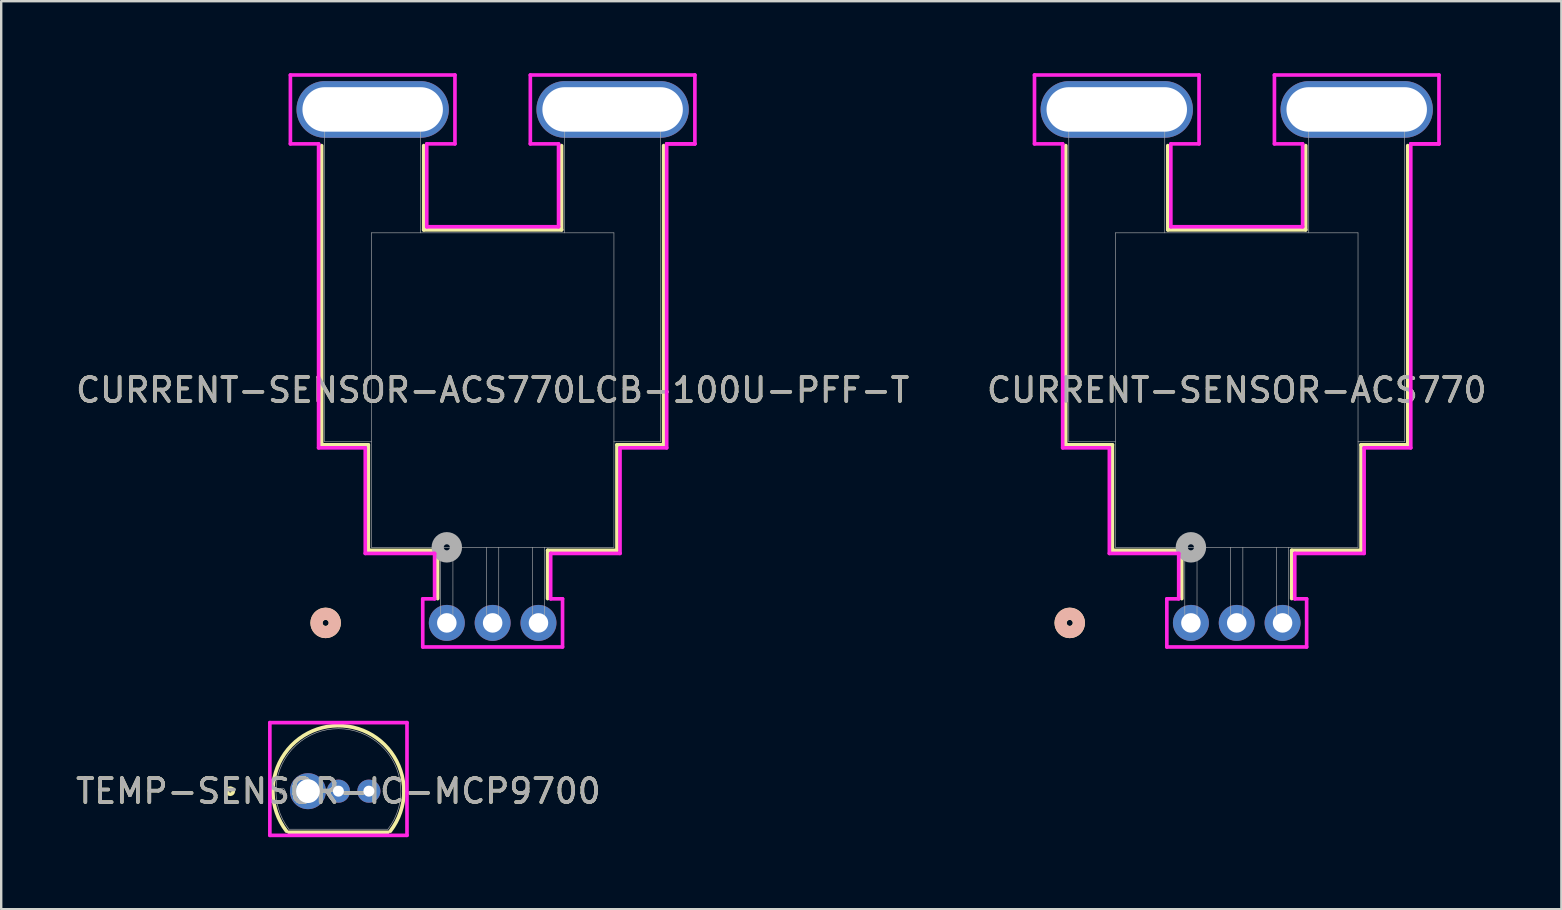
<source format=kicad_pcb>
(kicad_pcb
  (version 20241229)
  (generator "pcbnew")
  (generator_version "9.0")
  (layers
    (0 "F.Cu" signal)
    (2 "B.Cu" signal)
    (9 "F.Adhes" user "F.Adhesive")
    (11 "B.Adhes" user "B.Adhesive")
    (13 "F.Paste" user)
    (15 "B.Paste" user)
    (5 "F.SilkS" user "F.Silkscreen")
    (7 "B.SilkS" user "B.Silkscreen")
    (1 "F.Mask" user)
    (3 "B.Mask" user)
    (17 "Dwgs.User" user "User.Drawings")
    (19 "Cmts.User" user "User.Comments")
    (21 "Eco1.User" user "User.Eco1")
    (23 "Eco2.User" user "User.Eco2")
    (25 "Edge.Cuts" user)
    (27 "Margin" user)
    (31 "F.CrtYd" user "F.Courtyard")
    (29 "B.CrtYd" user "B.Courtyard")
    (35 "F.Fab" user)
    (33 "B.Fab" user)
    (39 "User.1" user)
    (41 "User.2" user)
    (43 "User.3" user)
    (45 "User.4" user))
  (footprint "CURRENT-SENSOR-ACS770LCB-100U-PFF-T"
    (layer "F.Cu")
    (at 15.572 22.911)
    (property "Reference" "CURRENT-SENSOR-ACS770LCB-100U-PFF-T" (at 1.91 -9.703 0) (unlocked yes) (layer "F.SilkS") (effects (font (size 1 1) (thickness 0.15))))
    (attr through_hole)
    (fp_line (start -5.217 -7.423) (end -5.217 -19.892) (stroke (width 0.152) (type solid)) (layer "F.SilkS"))
    (fp_line (start -3.272 -7.423) (end -5.217 -7.423) (stroke (width 0.152) (type solid)) (layer "F.SilkS"))
    (fp_line (start -3.272 -3.023) (end -3.272 -7.423) (stroke (width 0.152) (type solid)) (layer "F.SilkS"))
    (fp_line (start -0.963 -19.892) (end -0.963 -16.383) (stroke (width 0.152) (type solid)) (layer "F.SilkS"))
    (fp_line (start -0.963 -16.383) (end 4.784 -16.383) (stroke (width 0.152) (type solid)) (layer "F.SilkS"))
    (fp_line (start -0.382 -3.023) (end -3.272 -3.023) (stroke (width 0.152) (type solid)) (layer "F.SilkS"))
    (fp_line (start -0.382 -1.012) (end -0.382 -3.023) (stroke (width 0.152) (type solid)) (layer "F.SilkS"))
    (fp_line (start 4.202 -3.023) (end 4.201 -1.013) (stroke (width 0.152) (type solid)) (layer "F.SilkS"))
    (fp_line (start 4.784 -16.383) (end 4.783 -19.892) (stroke (width 0.152) (type solid)) (layer "F.SilkS"))
    (fp_line (start 7.092 -3.023) (end 4.202 -3.023) (stroke (width 0.152) (type solid)) (layer "F.SilkS"))
    (fp_line (start 7.092 -7.423) (end 7.092 -3.023) (stroke (width 0.152) (type solid)) (layer "F.SilkS"))
    (fp_line (start 9.037 -19.892) (end 9.037 -7.423) (stroke (width 0.152) (type solid)) (layer "F.SilkS"))
    (fp_line (start 9.037 -7.423) (end 7.092 -7.423) (stroke (width 0.152) (type solid)) (layer "F.SilkS"))
    (fp_circle (center -5.05 0) (end -4.669 0) (stroke (width 0.508) (type solid)) (fill no) (layer "F.SilkS"))
    (fp_circle (center -5.05 0) (end -4.669 0) (stroke (width 0.508) (type solid)) (fill no) (layer "B.SilkS"))
    (fp_line (start -6.519 -22.835) (end 0.339 -22.835) (stroke (width 0.152) (type solid)) (layer "F.CrtYd"))
    (fp_line (start -6.519 -19.965) (end -6.519 -22.835) (stroke (width 0.152) (type solid)) (layer "F.CrtYd"))
    (fp_line (start -6.519 -19.965) (end -5.344 -19.965) (stroke (width 0.152) (type solid)) (layer "F.CrtYd"))
    (fp_line (start -5.344 -19.965) (end -5.344 -7.296) (stroke (width 0.152) (type solid)) (layer "F.CrtYd"))
    (fp_line (start -5.344 -7.296) (end -3.399 -7.296) (stroke (width 0.152) (type solid)) (layer "F.CrtYd"))
    (fp_line (start -3.399 -7.296) (end -3.399 -2.896) (stroke (width 0.152) (type solid)) (layer "F.CrtYd"))
    (fp_line (start -3.399 -2.896) (end -0.509 -2.896) (stroke (width 0.152) (type solid)) (layer "F.CrtYd"))
    (fp_line (start -1.003 -1.003) (end -1.003 1.003) (stroke (width 0.152) (type solid)) (layer "F.CrtYd"))
    (fp_line (start -1.003 1.003) (end 4.823 1.003) (stroke (width 0.152) (type solid)) (layer "F.CrtYd"))
    (fp_line (start -0.836 -19.965) (end -0.836 -16.51) (stroke (width 0.152) (type solid)) (layer "F.CrtYd"))
    (fp_line (start -0.836 -16.51) (end 4.657 -16.51) (stroke (width 0.152) (type solid)) (layer "F.CrtYd"))
    (fp_line (start -0.509 -2.896) (end -0.509 -1.003) (stroke (width 0.152) (type solid)) (layer "F.CrtYd"))
    (fp_line (start -0.509 -1.003) (end -1.003 -1.003) (stroke (width 0.152) (type solid)) (layer "F.CrtYd"))
    (fp_line (start 0.339 -22.835) (end 0.339 -19.965) (stroke (width 0.152) (type solid)) (layer "F.CrtYd"))
    (fp_line (start 0.339 -19.965) (end -0.836 -19.965) (stroke (width 0.152) (type solid)) (layer "F.CrtYd"))
    (fp_line (start 3.481 -22.835) (end 3.481 -19.965) (stroke (width 0.152) (type solid)) (layer "F.CrtYd"))
    (fp_line (start 3.481 -19.965) (end 4.656 -19.965) (stroke (width 0.152) (type solid)) (layer "F.CrtYd"))
    (fp_line (start 4.328 -1.003) (end 4.329 -2.896) (stroke (width 0.152) (type solid)) (layer "F.CrtYd"))
    (fp_line (start 4.329 -2.896) (end 7.219 -2.896) (stroke (width 0.152) (type solid)) (layer "F.CrtYd"))
    (fp_line (start 4.657 -16.51) (end 4.656 -19.965) (stroke (width 0.152) (type solid)) (layer "F.CrtYd"))
    (fp_line (start 4.823 -1.003) (end 4.328 -1.003) (stroke (width 0.152) (type solid)) (layer "F.CrtYd"))
    (fp_line (start 4.823 1.003) (end 4.823 -1.003) (stroke (width 0.152) (type solid)) (layer "F.CrtYd"))
    (fp_line (start 7.219 -2.896) (end 7.219 -7.296) (stroke (width 0.152) (type solid)) (layer "F.CrtYd"))
    (fp_line (start 7.219 -7.296) (end 9.164 -7.296) (stroke (width 0.152) (type solid)) (layer "F.CrtYd"))
    (fp_line (start 9.164 -19.965) (end 10.339 -19.965) (stroke (width 0.152) (type solid)) (layer "F.CrtYd"))
    (fp_line (start 9.164 -19.965) (end 10.339 -19.965) (stroke (width 0.152) (type solid)) (layer "F.CrtYd"))
    (fp_line (start 9.164 -7.296) (end 9.164 -19.965) (stroke (width 0.152) (type solid)) (layer "F.CrtYd"))
    (fp_line (start 10.339 -22.835) (end 3.481 -22.835) (stroke (width 0.152) (type solid)) (layer "F.CrtYd"))
    (fp_line (start 10.339 -19.965) (end 10.339 -22.835) (stroke (width 0.152) (type solid)) (layer "F.CrtYd"))
    (fp_line (start -5.09 -21.4) (end -5.09 -7.55) (stroke (width 0.025) (type solid)) (layer "F.Fab"))
    (fp_line (start -5.09 -7.55) (end -3.145 -7.55) (stroke (width 0.025) (type solid)) (layer "F.Fab"))
    (fp_line (start -3.145 -16.256) (end -3.145 -3.15) (stroke (width 0.025) (type solid)) (layer "F.Fab"))
    (fp_line (start -3.145 -3.15) (end 6.965 -3.15) (stroke (width 0.025) (type solid)) (layer "F.Fab"))
    (fp_line (start -1.09 -21.4) (end -5.09 -21.4) (stroke (width 0.025) (type solid)) (layer "F.Fab"))
    (fp_line (start -1.09 -16.256) (end -1.09 -21.4) (stroke (width 0.025) (type solid)) (layer "F.Fab"))
    (fp_line (start -0.255 -3.15) (end -0.255 0) (stroke (width 0.025) (type solid)) (layer "F.Fab"))
    (fp_line (start 0.254 0) (end -0.254 0) (stroke (width 0.025) (type solid)) (layer "F.Fab"))
    (fp_line (start 0.255 -3.15) (end 0.254 0) (stroke (width 0.025) (type solid)) (layer "F.Fab"))
    (fp_line (start 1.655 -3.15) (end 1.655 0) (stroke (width 0.025) (type solid)) (layer "F.Fab"))
    (fp_line (start 2.164 0) (end 1.656 0) (stroke (width 0.025) (type solid)) (layer "F.Fab"))
    (fp_line (start 2.165 -3.15) (end 2.164 0) (stroke (width 0.025) (type solid)) (layer "F.Fab"))
    (fp_line (start 3.565 -3.15) (end 3.565 0) (stroke (width 0.025) (type solid)) (layer "F.Fab"))
    (fp_line (start 4.074 0) (end 3.566 0) (stroke (width 0.025) (type solid)) (layer "F.Fab"))
    (fp_line (start 4.075 -3.15) (end 4.074 0) (stroke (width 0.025) (type solid)) (layer "F.Fab"))
    (fp_line (start 4.91 -21.4) (end 4.911 -16.256) (stroke (width 0.025) (type solid)) (layer "F.Fab"))
    (fp_line (start 4.91 -21.4) (end 8.91 -21.4) (stroke (width 0.025) (type solid)) (layer "F.Fab"))
    (fp_line (start 6.965 -16.256) (end -3.145 -16.256) (stroke (width 0.025) (type solid)) (layer "F.Fab"))
    (fp_line (start 6.965 -3.15) (end 6.965 -16.256) (stroke (width 0.025) (type solid)) (layer "F.Fab"))
    (fp_line (start 8.91 -21.4) (end 8.91 -7.55) (stroke (width 0.025) (type solid)) (layer "F.Fab"))
    (fp_line (start 8.91 -7.55) (end 6.965 -7.55) (stroke (width 0.025) (type solid)) (layer "F.Fab"))
    (fp_circle (center 0 -3.15) (end 0.381 -3.15) (stroke (width 0.508) (type solid)) (fill no) (layer "F.Fab"))
    (fp_text user "${REFERENCE}" (at 1.91 -9.703 0) (unlocked yes) (layer "F.Fab") (effects (font (size 1 1) (thickness 0.15))))
    (pad "1" thru_hole circle (at 0 0) (size 1.499 1.499) (drill 0.813) (layers "*.Cu" "*.Mask"))
    (pad "2" thru_hole circle (at 1.91 0) (size 1.499 1.499) (drill 0.813) (layers "*.Cu" "*.Mask"))
    (pad "3" thru_hole circle (at 3.82 0) (size 1.499 1.499) (drill 0.813) (layers "*.Cu" "*.Mask"))
    (pad "4" thru_hole oval (at 6.91 -21.4) (size 6.35 2.362) (drill oval 5.854 1.854) (layers "*.Cu" "*.Mask"))
    (pad "5" thru_hole oval (at -3.09 -21.4) (size 6.35 2.362) (drill oval 5.854 1.854) (layers "*.Cu" "*.Mask")))
  (footprint "TEMP-SENSOR-IC-MCP9700"
    (layer "F.Cu")
    (at 9.784 29.924)
    (property "Reference" "TEMP-SENSOR-IC-MCP9700" (at 1.27 0 0) (unlocked yes) (layer "F.SilkS") (effects (font (size 1 1) (thickness 0.15))))
    (attr through_hole)
    (fp_line (start -0.794 1.714) (end 3.334 1.714) (stroke (width 0.152) (type solid)) (layer "F.SilkS"))
    (fp_arc (start -0.894167 1.664936) (mid 0.39069 -2.585042) (end 4.0005 0) (stroke (width 0.1524) (type solid)) (layer "F.SilkS"))
    (fp_arc (start 4.0005 0.000001) (mid 3.855041 0.879313) (end 3.434164 1.66494) (stroke (width 0.1524) (type solid)) (layer "F.SilkS"))
    (fp_circle (center -3.239 0) (end -3.111 0) (stroke (width 0.152) (type solid)) (fill no) (layer "F.SilkS"))
    (fp_line (start -1.587 -2.857) (end 4.128 -2.857) (stroke (width 0.152) (type solid)) (layer "F.CrtYd"))
    (fp_line (start -1.587 1.841) (end -1.587 -2.857) (stroke (width 0.152) (type solid)) (layer "F.CrtYd"))
    (fp_line (start 4.128 -2.857) (end 4.128 1.841) (stroke (width 0.152) (type solid)) (layer "F.CrtYd"))
    (fp_line (start 4.128 1.841) (end -1.587 1.841) (stroke (width 0.152) (type solid)) (layer "F.CrtYd"))
    (fp_line (start -0.794 1.587) (end 3.334 1.587) (stroke (width 0.025) (type solid)) (layer "F.Fab"))
    (fp_line (start -0.254 0) (end 0.254 0) (stroke (width 0.152) (type solid)) (layer "F.Fab"))
    (fp_line (start 0 0.254) (end 0 -0.254) (stroke (width 0.152) (type solid)) (layer "F.Fab"))
    (fp_arc (start -0.793507 1.587499) (mid 1.270001 -2.6035) (end 3.333506 1.5875) (stroke (width 0.0254) (type solid)) (layer "F.Fab"))
    (fp_circle (center -1.079 0) (end -0.953 0) (stroke (width 0.025) (type solid)) (fill no) (layer "F.Fab"))
    (fp_text user "${REFERENCE}" (at 1.27 0 0) (unlocked yes) (layer "F.Fab") (effects (font (size 1 1) (thickness 0.15))))
    (pad "1" thru_hole circle (at 0 0) (size 1.499 1.499) (drill 0.991) (layers "*.Cu" "*.Mask"))
    (pad "2" thru_hole circle (at 1.27 0) (size 0.965 0.965) (drill 0.457) (layers "*.Cu" "*.Mask"))
    (pad "3" thru_hole circle (at 2.54 0) (size 0.965 0.965) (drill 0.457) (layers "*.Cu" "*.Mask")))
  (footprint "CURRENT-SENSOR-ACS770"
    (layer "F.Cu")
    (at 46.584 22.911)
    (property "Reference" "CURRENT-SENSOR-ACS770" (at 1.91 -9.703 0) (unlocked yes) (layer "F.SilkS") (effects (font (size 1 1) (thickness 0.15))))
    (attr through_hole)
    (fp_line (start -5.217 -7.423) (end -5.217 -19.892) (stroke (width 0.152) (type solid)) (layer "F.SilkS"))
    (fp_line (start -3.272 -7.423) (end -5.217 -7.423) (stroke (width 0.152) (type solid)) (layer "F.SilkS"))
    (fp_line (start -3.272 -3.023) (end -3.272 -7.423) (stroke (width 0.152) (type solid)) (layer "F.SilkS"))
    (fp_line (start -0.963 -19.892) (end -0.963 -16.383) (stroke (width 0.152) (type solid)) (layer "F.SilkS"))
    (fp_line (start -0.963 -16.383) (end 4.784 -16.383) (stroke (width 0.152) (type solid)) (layer "F.SilkS"))
    (fp_line (start -0.382 -3.023) (end -3.272 -3.023) (stroke (width 0.152) (type solid)) (layer "F.SilkS"))
    (fp_line (start -0.382 -1.012) (end -0.382 -3.023) (stroke (width 0.152) (type solid)) (layer "F.SilkS"))
    (fp_line (start 4.202 -3.023) (end 4.201 -1.013) (stroke (width 0.152) (type solid)) (layer "F.SilkS"))
    (fp_line (start 4.784 -16.383) (end 4.783 -19.892) (stroke (width 0.152) (type solid)) (layer "F.SilkS"))
    (fp_line (start 7.092 -3.023) (end 4.202 -3.023) (stroke (width 0.152) (type solid)) (layer "F.SilkS"))
    (fp_line (start 7.092 -7.423) (end 7.092 -3.023) (stroke (width 0.152) (type solid)) (layer "F.SilkS"))
    (fp_line (start 9.037 -19.892) (end 9.037 -7.423) (stroke (width 0.152) (type solid)) (layer "F.SilkS"))
    (fp_line (start 9.037 -7.423) (end 7.092 -7.423) (stroke (width 0.152) (type solid)) (layer "F.SilkS"))
    (fp_circle (center -5.05 0) (end -4.669 0) (stroke (width 0.508) (type solid)) (fill no) (layer "F.SilkS"))
    (fp_circle (center -5.05 0) (end -4.669 0) (stroke (width 0.508) (type solid)) (fill no) (layer "B.SilkS"))
    (fp_line (start -6.519 -22.835) (end 0.339 -22.835) (stroke (width 0.152) (type solid)) (layer "F.CrtYd"))
    (fp_line (start -6.519 -19.965) (end -6.519 -22.835) (stroke (width 0.152) (type solid)) (layer "F.CrtYd"))
    (fp_line (start -6.519 -19.965) (end -5.344 -19.965) (stroke (width 0.152) (type solid)) (layer "F.CrtYd"))
    (fp_line (start -5.344 -19.965) (end -5.344 -7.296) (stroke (width 0.152) (type solid)) (layer "F.CrtYd"))
    (fp_line (start -5.344 -7.296) (end -3.399 -7.296) (stroke (width 0.152) (type solid)) (layer "F.CrtYd"))
    (fp_line (start -3.399 -7.296) (end -3.399 -2.896) (stroke (width 0.152) (type solid)) (layer "F.CrtYd"))
    (fp_line (start -3.399 -2.896) (end -0.509 -2.896) (stroke (width 0.152) (type solid)) (layer "F.CrtYd"))
    (fp_line (start -1.003 -1.003) (end -1.003 1.003) (stroke (width 0.152) (type solid)) (layer "F.CrtYd"))
    (fp_line (start -1.003 1.003) (end 4.823 1.003) (stroke (width 0.152) (type solid)) (layer "F.CrtYd"))
    (fp_line (start -0.836 -19.965) (end -0.836 -16.51) (stroke (width 0.152) (type solid)) (layer "F.CrtYd"))
    (fp_line (start -0.836 -16.51) (end 4.657 -16.51) (stroke (width 0.152) (type solid)) (layer "F.CrtYd"))
    (fp_line (start -0.509 -2.896) (end -0.509 -1.003) (stroke (width 0.152) (type solid)) (layer "F.CrtYd"))
    (fp_line (start -0.509 -1.003) (end -1.003 -1.003) (stroke (width 0.152) (type solid)) (layer "F.CrtYd"))
    (fp_line (start 0.339 -22.835) (end 0.339 -19.965) (stroke (width 0.152) (type solid)) (layer "F.CrtYd"))
    (fp_line (start 0.339 -19.965) (end -0.836 -19.965) (stroke (width 0.152) (type solid)) (layer "F.CrtYd"))
    (fp_line (start 3.481 -22.835) (end 3.481 -19.965) (stroke (width 0.152) (type solid)) (layer "F.CrtYd"))
    (fp_line (start 3.481 -19.965) (end 4.656 -19.965) (stroke (width 0.152) (type solid)) (layer "F.CrtYd"))
    (fp_line (start 4.328 -1.003) (end 4.329 -2.896) (stroke (width 0.152) (type solid)) (layer "F.CrtYd"))
    (fp_line (start 4.329 -2.896) (end 7.219 -2.896) (stroke (width 0.152) (type solid)) (layer "F.CrtYd"))
    (fp_line (start 4.657 -16.51) (end 4.656 -19.965) (stroke (width 0.152) (type solid)) (layer "F.CrtYd"))
    (fp_line (start 4.823 -1.003) (end 4.328 -1.003) (stroke (width 0.152) (type solid)) (layer "F.CrtYd"))
    (fp_line (start 4.823 1.003) (end 4.823 -1.003) (stroke (width 0.152) (type solid)) (layer "F.CrtYd"))
    (fp_line (start 7.219 -2.896) (end 7.219 -7.296) (stroke (width 0.152) (type solid)) (layer "F.CrtYd"))
    (fp_line (start 7.219 -7.296) (end 9.164 -7.296) (stroke (width 0.152) (type solid)) (layer "F.CrtYd"))
    (fp_line (start 9.164 -19.965) (end 10.339 -19.965) (stroke (width 0.152) (type solid)) (layer "F.CrtYd"))
    (fp_line (start 9.164 -19.965) (end 10.339 -19.965) (stroke (width 0.152) (type solid)) (layer "F.CrtYd"))
    (fp_line (start 9.164 -7.296) (end 9.164 -19.965) (stroke (width 0.152) (type solid)) (layer "F.CrtYd"))
    (fp_line (start 10.339 -22.835) (end 3.481 -22.835) (stroke (width 0.152) (type solid)) (layer "F.CrtYd"))
    (fp_line (start 10.339 -19.965) (end 10.339 -22.835) (stroke (width 0.152) (type solid)) (layer "F.CrtYd"))
    (fp_line (start -5.09 -21.4) (end -5.09 -7.55) (stroke (width 0.025) (type solid)) (layer "F.Fab"))
    (fp_line (start -5.09 -7.55) (end -3.145 -7.55) (stroke (width 0.025) (type solid)) (layer "F.Fab"))
    (fp_line (start -3.145 -16.256) (end -3.145 -3.15) (stroke (width 0.025) (type solid)) (layer "F.Fab"))
    (fp_line (start -3.145 -3.15) (end 6.965 -3.15) (stroke (width 0.025) (type solid)) (layer "F.Fab"))
    (fp_line (start -1.09 -21.4) (end -5.09 -21.4) (stroke (width 0.025) (type solid)) (layer "F.Fab"))
    (fp_line (start -1.09 -16.256) (end -1.09 -21.4) (stroke (width 0.025) (type solid)) (layer "F.Fab"))
    (fp_line (start -0.255 -3.15) (end -0.255 0) (stroke (width 0.025) (type solid)) (layer "F.Fab"))
    (fp_line (start 0.254 0) (end -0.254 0) (stroke (width 0.025) (type solid)) (layer "F.Fab"))
    (fp_line (start 0.255 -3.15) (end 0.254 0) (stroke (width 0.025) (type solid)) (layer "F.Fab"))
    (fp_line (start 1.655 -3.15) (end 1.655 0) (stroke (width 0.025) (type solid)) (layer "F.Fab"))
    (fp_line (start 2.164 0) (end 1.656 0) (stroke (width 0.025) (type solid)) (layer "F.Fab"))
    (fp_line (start 2.165 -3.15) (end 2.164 0) (stroke (width 0.025) (type solid)) (layer "F.Fab"))
    (fp_line (start 3.565 -3.15) (end 3.565 0) (stroke (width 0.025) (type solid)) (layer "F.Fab"))
    (fp_line (start 4.074 0) (end 3.566 0) (stroke (width 0.025) (type solid)) (layer "F.Fab"))
    (fp_line (start 4.075 -3.15) (end 4.074 0) (stroke (width 0.025) (type solid)) (layer "F.Fab"))
    (fp_line (start 4.91 -21.4) (end 4.911 -16.256) (stroke (width 0.025) (type solid)) (layer "F.Fab"))
    (fp_line (start 4.91 -21.4) (end 8.91 -21.4) (stroke (width 0.025) (type solid)) (layer "F.Fab"))
    (fp_line (start 6.965 -16.256) (end -3.145 -16.256) (stroke (width 0.025) (type solid)) (layer "F.Fab"))
    (fp_line (start 6.965 -3.15) (end 6.965 -16.256) (stroke (width 0.025) (type solid)) (layer "F.Fab"))
    (fp_line (start 8.91 -21.4) (end 8.91 -7.55) (stroke (width 0.025) (type solid)) (layer "F.Fab"))
    (fp_line (start 8.91 -7.55) (end 6.965 -7.55) (stroke (width 0.025) (type solid)) (layer "F.Fab"))
    (fp_circle (center 0 -3.15) (end 0.381 -3.15) (stroke (width 0.508) (type solid)) (fill no) (layer "F.Fab"))
    (fp_text user "${REFERENCE}" (at 1.91 -9.703 0) (unlocked yes) (layer "F.Fab") (effects (font (size 1 1) (thickness 0.15))))
    (pad "1" thru_hole circle (at 0 0) (size 1.499 1.499) (drill 0.813) (layers "*.Cu" "*.Mask"))
    (pad "2" thru_hole circle (at 1.91 0) (size 1.499 1.499) (drill 0.813) (layers "*.Cu" "*.Mask"))
    (pad "3" thru_hole circle (at 3.82 0) (size 1.499 1.499) (drill 0.813) (layers "*.Cu" "*.Mask"))
    (pad "4" thru_hole oval (at 6.91 -21.4) (size 6.35 2.362) (drill oval 5.854 1.854) (layers "*.Cu" "*.Mask"))
    (pad "5" thru_hole oval (at -3.09 -21.4) (size 6.35 2.362) (drill oval 5.854 1.854) (layers "*.Cu" "*.Mask")))
  (gr_rect
    (start -3 -3)
    (end 62.024 34.842)
    (stroke (width 0.1) (type default))
    (fill no)
    (layer "Edge.Cuts")))
</source>
